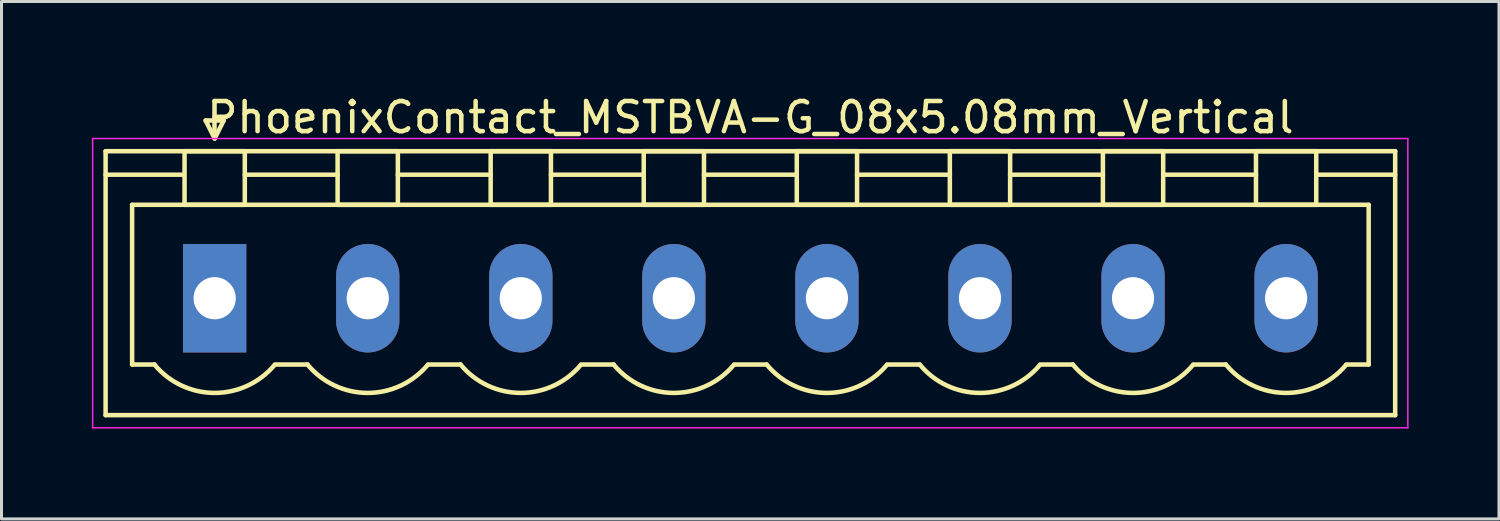
<source format=kicad_pcb>
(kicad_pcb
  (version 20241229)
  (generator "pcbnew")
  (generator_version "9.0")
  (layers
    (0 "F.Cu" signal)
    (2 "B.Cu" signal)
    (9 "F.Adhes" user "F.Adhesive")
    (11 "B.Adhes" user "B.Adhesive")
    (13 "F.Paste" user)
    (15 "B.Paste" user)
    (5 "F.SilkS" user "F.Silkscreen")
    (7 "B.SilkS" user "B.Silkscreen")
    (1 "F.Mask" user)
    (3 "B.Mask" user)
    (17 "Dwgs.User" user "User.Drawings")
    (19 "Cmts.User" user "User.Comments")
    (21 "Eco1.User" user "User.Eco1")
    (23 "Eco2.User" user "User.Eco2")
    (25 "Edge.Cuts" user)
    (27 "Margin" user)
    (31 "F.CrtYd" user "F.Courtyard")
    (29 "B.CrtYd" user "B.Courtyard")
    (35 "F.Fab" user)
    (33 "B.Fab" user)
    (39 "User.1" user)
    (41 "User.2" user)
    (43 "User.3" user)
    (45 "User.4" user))
  (footprint "PhoenixContact_MSTBVA-G_08x5.08mm_Vertical"
    (layer "F.Cu")
    (at 4.075 6.848)
    (property "Reference" "PhoenixContact_MSTBVA-G_08x5.08mm_Vertical" (at 17.78 -6 0) (layer "F.SilkS") (effects (font (size 1 1) (thickness 0.15))))
    (attr through_hole)
    (fp_line (start -3.62 -4.88) (end -3.62 3.88) (stroke (width 0.15) (type solid)) (layer "F.SilkS"))
    (fp_line (start -3.62 -4.1) (end -1.08 -4.1) (stroke (width 0.15) (type solid)) (layer "F.SilkS"))
    (fp_line (start -3.62 3.88) (end 39.18 3.88) (stroke (width 0.15) (type solid)) (layer "F.SilkS"))
    (fp_line (start -2.74 -3.1) (end 38.3 -3.1) (stroke (width 0.15) (type solid)) (layer "F.SilkS"))
    (fp_line (start -2.74 2.2) (end -2.74 -3.1) (stroke (width 0.15) (type solid)) (layer "F.SilkS"))
    (fp_line (start -2 2.2) (end -2.74 2.2) (stroke (width 0.15) (type solid)) (layer "F.SilkS"))
    (fp_line (start -1 -4.88) (end 1 -4.88) (stroke (width 0.15) (type solid)) (layer "F.SilkS"))
    (fp_line (start -1 -3.1) (end -1 -4.88) (stroke (width 0.15) (type solid)) (layer "F.SilkS"))
    (fp_line (start -0.3 -5.9) (end 0 -5.3) (stroke (width 0.15) (type solid)) (layer "F.SilkS"))
    (fp_line (start 0 -5.3) (end 0.3 -5.9) (stroke (width 0.15) (type solid)) (layer "F.SilkS"))
    (fp_line (start 0.3 -5.9) (end -0.3 -5.9) (stroke (width 0.15) (type solid)) (layer "F.SilkS"))
    (fp_line (start 1 -4.88) (end 1 -3.1) (stroke (width 0.15) (type solid)) (layer "F.SilkS"))
    (fp_line (start 1 -4.1) (end 4.08 -4.1) (stroke (width 0.15) (type solid)) (layer "F.SilkS"))
    (fp_line (start 1 -3.1) (end -1 -3.1) (stroke (width 0.15) (type solid)) (layer "F.SilkS"))
    (fp_line (start 2 2.2) (end 3.08 2.2) (stroke (width 0.15) (type solid)) (layer "F.SilkS"))
    (fp_line (start 4.08 -4.88) (end 6.08 -4.88) (stroke (width 0.15) (type solid)) (layer "F.SilkS"))
    (fp_line (start 4.08 -3.1) (end 4.08 -4.88) (stroke (width 0.15) (type solid)) (layer "F.SilkS"))
    (fp_line (start 6.08 -4.88) (end 6.08 -3.1) (stroke (width 0.15) (type solid)) (layer "F.SilkS"))
    (fp_line (start 6.08 -4.1) (end 9.16 -4.1) (stroke (width 0.15) (type solid)) (layer "F.SilkS"))
    (fp_line (start 6.08 -3.1) (end 4.08 -3.1) (stroke (width 0.15) (type solid)) (layer "F.SilkS"))
    (fp_line (start 7.08 2.2) (end 8.16 2.2) (stroke (width 0.15) (type solid)) (layer "F.SilkS"))
    (fp_line (start 9.16 -4.88) (end 11.16 -4.88) (stroke (width 0.15) (type solid)) (layer "F.SilkS"))
    (fp_line (start 9.16 -3.1) (end 9.16 -4.88) (stroke (width 0.15) (type solid)) (layer "F.SilkS"))
    (fp_line (start 11.16 -4.88) (end 11.16 -3.1) (stroke (width 0.15) (type solid)) (layer "F.SilkS"))
    (fp_line (start 11.16 -4.1) (end 14.24 -4.1) (stroke (width 0.15) (type solid)) (layer "F.SilkS"))
    (fp_line (start 11.16 -3.1) (end 9.16 -3.1) (stroke (width 0.15) (type solid)) (layer "F.SilkS"))
    (fp_line (start 12.16 2.2) (end 13.24 2.2) (stroke (width 0.15) (type solid)) (layer "F.SilkS"))
    (fp_line (start 14.24 -4.88) (end 16.24 -4.88) (stroke (width 0.15) (type solid)) (layer "F.SilkS"))
    (fp_line (start 14.24 -3.1) (end 14.24 -4.88) (stroke (width 0.15) (type solid)) (layer "F.SilkS"))
    (fp_line (start 16.24 -4.88) (end 16.24 -3.1) (stroke (width 0.15) (type solid)) (layer "F.SilkS"))
    (fp_line (start 16.24 -4.1) (end 19.32 -4.1) (stroke (width 0.15) (type solid)) (layer "F.SilkS"))
    (fp_line (start 16.24 -3.1) (end 14.24 -3.1) (stroke (width 0.15) (type solid)) (layer "F.SilkS"))
    (fp_line (start 17.24 2.2) (end 18.32 2.2) (stroke (width 0.15) (type solid)) (layer "F.SilkS"))
    (fp_line (start 19.32 -4.88) (end 21.32 -4.88) (stroke (width 0.15) (type solid)) (layer "F.SilkS"))
    (fp_line (start 19.32 -3.1) (end 19.32 -4.88) (stroke (width 0.15) (type solid)) (layer "F.SilkS"))
    (fp_line (start 21.32 -4.88) (end 21.32 -3.1) (stroke (width 0.15) (type solid)) (layer "F.SilkS"))
    (fp_line (start 21.32 -4.1) (end 24.4 -4.1) (stroke (width 0.15) (type solid)) (layer "F.SilkS"))
    (fp_line (start 21.32 -3.1) (end 19.32 -3.1) (stroke (width 0.15) (type solid)) (layer "F.SilkS"))
    (fp_line (start 22.32 2.2) (end 23.4 2.2) (stroke (width 0.15) (type solid)) (layer "F.SilkS"))
    (fp_line (start 24.4 -4.88) (end 26.4 -4.88) (stroke (width 0.15) (type solid)) (layer "F.SilkS"))
    (fp_line (start 24.4 -3.1) (end 24.4 -4.88) (stroke (width 0.15) (type solid)) (layer "F.SilkS"))
    (fp_line (start 26.4 -4.88) (end 26.4 -3.1) (stroke (width 0.15) (type solid)) (layer "F.SilkS"))
    (fp_line (start 26.4 -4.1) (end 29.48 -4.1) (stroke (width 0.15) (type solid)) (layer "F.SilkS"))
    (fp_line (start 26.4 -3.1) (end 24.4 -3.1) (stroke (width 0.15) (type solid)) (layer "F.SilkS"))
    (fp_line (start 27.4 2.2) (end 28.48 2.2) (stroke (width 0.15) (type solid)) (layer "F.SilkS"))
    (fp_line (start 29.48 -4.88) (end 31.48 -4.88) (stroke (width 0.15) (type solid)) (layer "F.SilkS"))
    (fp_line (start 29.48 -3.1) (end 29.48 -4.88) (stroke (width 0.15) (type solid)) (layer "F.SilkS"))
    (fp_line (start 31.48 -4.88) (end 31.48 -3.1) (stroke (width 0.15) (type solid)) (layer "F.SilkS"))
    (fp_line (start 31.48 -4.1) (end 34.56 -4.1) (stroke (width 0.15) (type solid)) (layer "F.SilkS"))
    (fp_line (start 31.48 -3.1) (end 29.48 -3.1) (stroke (width 0.15) (type solid)) (layer "F.SilkS"))
    (fp_line (start 32.48 2.2) (end 33.56 2.2) (stroke (width 0.15) (type solid)) (layer "F.SilkS"))
    (fp_line (start 34.56 -4.88) (end 36.56 -4.88) (stroke (width 0.15) (type solid)) (layer "F.SilkS"))
    (fp_line (start 34.56 -3.1) (end 34.56 -4.88) (stroke (width 0.15) (type solid)) (layer "F.SilkS"))
    (fp_line (start 36.56 -4.88) (end 36.56 -3.1) (stroke (width 0.15) (type solid)) (layer "F.SilkS"))
    (fp_line (start 36.56 -3.1) (end 34.56 -3.1) (stroke (width 0.15) (type solid)) (layer "F.SilkS"))
    (fp_line (start 38.3 -3.1) (end 38.3 2.2) (stroke (width 0.15) (type solid)) (layer "F.SilkS"))
    (fp_line (start 38.3 2.2) (end 37.56 2.2) (stroke (width 0.15) (type solid)) (layer "F.SilkS"))
    (fp_line (start 39.18 -4.88) (end -3.62 -4.88) (stroke (width 0.15) (type solid)) (layer "F.SilkS"))
    (fp_line (start 39.18 -4.1) (end 36.64 -4.1) (stroke (width 0.15) (type solid)) (layer "F.SilkS"))
    (fp_line (start 39.18 3.88) (end 39.18 -4.88) (stroke (width 0.15) (type solid)) (layer "F.SilkS"))
    (fp_arc (start 1.986842 2.215821) (mid -0.010289 3.142758) (end -2 2.2) (stroke (width 0.15) (type solid)) (layer "F.SilkS"))
    (fp_arc (start 7.066842 2.215821) (mid 5.069711 3.142758) (end 3.08 2.2) (stroke (width 0.15) (type solid)) (layer "F.SilkS"))
    (fp_arc (start 12.146842 2.215821) (mid 10.149711 3.142758) (end 8.16 2.2) (stroke (width 0.15) (type solid)) (layer "F.SilkS"))
    (fp_arc (start 17.226842 2.215821) (mid 15.229711 3.142758) (end 13.24 2.2) (stroke (width 0.15) (type solid)) (layer "F.SilkS"))
    (fp_arc (start 22.306842 2.215821) (mid 20.309711 3.142758) (end 18.32 2.2) (stroke (width 0.15) (type solid)) (layer "F.SilkS"))
    (fp_arc (start 27.386842 2.215821) (mid 25.389711 3.142758) (end 23.4 2.2) (stroke (width 0.15) (type solid)) (layer "F.SilkS"))
    (fp_arc (start 32.466842 2.215821) (mid 30.469711 3.142758) (end 28.48 2.2) (stroke (width 0.15) (type solid)) (layer "F.SilkS"))
    (fp_arc (start 37.546842 2.215821) (mid 35.549711 3.142758) (end 33.56 2.2) (stroke (width 0.15) (type solid)) (layer "F.SilkS"))
    (fp_line (start -4.05 -5.3) (end -4.05 4.3) (stroke (width 0.05) (type solid)) (layer "F.CrtYd"))
    (fp_line (start -4.05 4.3) (end 39.6 4.3) (stroke (width 0.05) (type solid)) (layer "F.CrtYd"))
    (fp_line (start 39.6 -5.3) (end -4.05 -5.3) (stroke (width 0.05) (type solid)) (layer "F.CrtYd"))
    (fp_line (start 39.6 4.3) (end 39.6 -5.3) (stroke (width 0.05) (type solid)) (layer "F.CrtYd"))
    (pad "1" thru_hole rect (at 0 0) (size 2.1 3.6) (drill 1.4) (layers "*.Cu" "*.Mask"))
    (pad "2" thru_hole oval (at 5.08 0) (size 2.1 3.6) (drill 1.4) (layers "*.Cu" "*.Mask"))
    (pad "3" thru_hole oval (at 10.16 0) (size 2.1 3.6) (drill 1.4) (layers "*.Cu" "*.Mask"))
    (pad "4" thru_hole oval (at 15.24 0) (size 2.1 3.6) (drill 1.4) (layers "*.Cu" "*.Mask"))
    (pad "5" thru_hole oval (at 20.32 0) (size 2.1 3.6) (drill 1.4) (layers "*.Cu" "*.Mask"))
    (pad "6" thru_hole oval (at 25.4 0) (size 2.1 3.6) (drill 1.4) (layers "*.Cu" "*.Mask"))
    (pad "7" thru_hole oval (at 30.48 0) (size 2.1 3.6) (drill 1.4) (layers "*.Cu" "*.Mask"))
    (pad "8" thru_hole oval (at 35.56 0) (size 2.1 3.6) (drill 1.4) (layers "*.Cu" "*.Mask")))
  (gr_rect
    (start -3 -3)
    (end 46.7 14.173)
    (stroke (width 0.1) (type default))
    (fill no)
    (layer "Edge.Cuts")))
</source>
